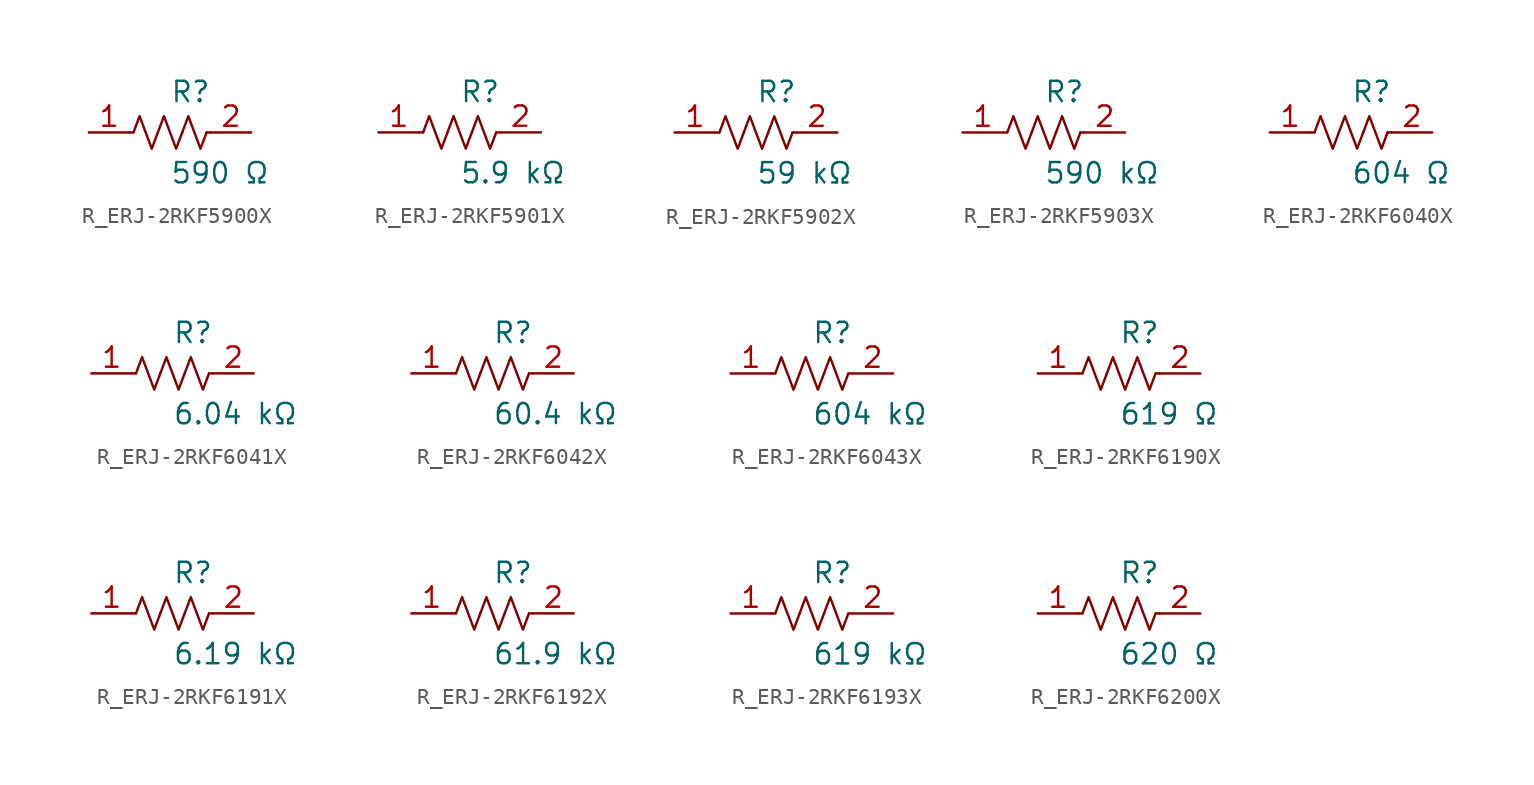
<source format=kicad_sym>
(kicad_symbol_lib
  (version 20231120)
  (generator kicad_symbol_editor)
  (generator_version 8.0)
  (symbol "R_ERJ-2RKF5900X"
    (pin_names
      (offset 0.254))
    (property "Reference" "R"
      (at 0 2.54 0)
      (effects (font (size 1.27 1.27)) (justify left)))
    (property "Value" "590 Ω"
      (at 0 -2.54 0)
      (effects (font (size 1.27 1.27)) (justify left)))
    (symbol "R_ERJ-2RKF5900X_0_1"
      (polyline (pts (xy 2.286 0) (xy 2.54 0)) (stroke (width 0) (type default)) (fill (type none)))
      (polyline (pts (xy -2.286 0) (xy -2.54 0)) (stroke (width 0) (type default)) (fill (type none)))
      (polyline (pts (xy 0.762 0) (xy 1.143 1.016) (xy 1.524 0) (xy 1.905 -1.016) (xy 2.286 0)) (stroke (width 0) (type default)) (fill (type none)))
      (polyline (pts (xy -0.762 0) (xy -0.381 1.016) (xy 0 0) (xy 0.381 -1.016) (xy 0.762 0)) (stroke (width 0) (type default)) (fill (type none)))
      (polyline (pts (xy -2.286 0) (xy -1.905 1.016) (xy -1.524 0) (xy -1.143 -1.016) (xy -0.762 0)) (stroke (width 0) (type default)) (fill (type none))))
    (pin passive line
      (at -5.08 0 0)
      (length 2.54)
      (name "" (effects (font (size 1.27 1.27))))
      (number "1" (effects (font (size 1.27 1.27)))))
    (pin passive line
      (at 5.08 0 180)
      (length 2.54)
      (name "" (effects (font (size 1.27 1.27))))
      (number "2" (effects (font (size 1.27 1.27))))))
  (symbol "R_ERJ-2RKF5901X"
    (pin_names
      (offset 0.254))
    (property "Reference" "R"
      (at 0 2.54 0)
      (effects (font (size 1.27 1.27)) (justify left)))
    (property "Value" "5.9 kΩ"
      (at 0 -2.54 0)
      (effects (font (size 1.27 1.27)) (justify left)))
    (symbol "R_ERJ-2RKF5901X_0_1"
      (polyline (pts (xy 2.286 0) (xy 2.54 0)) (stroke (width 0) (type default)) (fill (type none)))
      (polyline (pts (xy -2.286 0) (xy -2.54 0)) (stroke (width 0) (type default)) (fill (type none)))
      (polyline (pts (xy 0.762 0) (xy 1.143 1.016) (xy 1.524 0) (xy 1.905 -1.016) (xy 2.286 0)) (stroke (width 0) (type default)) (fill (type none)))
      (polyline (pts (xy -0.762 0) (xy -0.381 1.016) (xy 0 0) (xy 0.381 -1.016) (xy 0.762 0)) (stroke (width 0) (type default)) (fill (type none)))
      (polyline (pts (xy -2.286 0) (xy -1.905 1.016) (xy -1.524 0) (xy -1.143 -1.016) (xy -0.762 0)) (stroke (width 0) (type default)) (fill (type none))))
    (pin passive line
      (at -5.08 0 0)
      (length 2.54)
      (name "" (effects (font (size 1.27 1.27))))
      (number "1" (effects (font (size 1.27 1.27)))))
    (pin passive line
      (at 5.08 0 180)
      (length 2.54)
      (name "" (effects (font (size 1.27 1.27))))
      (number "2" (effects (font (size 1.27 1.27))))))
  (symbol "R_ERJ-2RKF5902X"
    (pin_names
      (offset 0.254))
    (property "Reference" "R"
      (at 0 2.54 0)
      (effects (font (size 1.27 1.27)) (justify left)))
    (property "Value" "59 kΩ"
      (at 0 -2.54 0)
      (effects (font (size 1.27 1.27)) (justify left)))
    (symbol "R_ERJ-2RKF5902X_0_1"
      (polyline (pts (xy 2.286 0) (xy 2.54 0)) (stroke (width 0) (type default)) (fill (type none)))
      (polyline (pts (xy -2.286 0) (xy -2.54 0)) (stroke (width 0) (type default)) (fill (type none)))
      (polyline (pts (xy 0.762 0) (xy 1.143 1.016) (xy 1.524 0) (xy 1.905 -1.016) (xy 2.286 0)) (stroke (width 0) (type default)) (fill (type none)))
      (polyline (pts (xy -0.762 0) (xy -0.381 1.016) (xy 0 0) (xy 0.381 -1.016) (xy 0.762 0)) (stroke (width 0) (type default)) (fill (type none)))
      (polyline (pts (xy -2.286 0) (xy -1.905 1.016) (xy -1.524 0) (xy -1.143 -1.016) (xy -0.762 0)) (stroke (width 0) (type default)) (fill (type none))))
    (pin passive line
      (at -5.08 0 0)
      (length 2.54)
      (name "" (effects (font (size 1.27 1.27))))
      (number "1" (effects (font (size 1.27 1.27)))))
    (pin passive line
      (at 5.08 0 180)
      (length 2.54)
      (name "" (effects (font (size 1.27 1.27))))
      (number "2" (effects (font (size 1.27 1.27))))))
  (symbol "R_ERJ-2RKF5903X"
    (pin_names
      (offset 0.254))
    (property "Reference" "R"
      (at 0 2.54 0)
      (effects (font (size 1.27 1.27)) (justify left)))
    (property "Value" "590 kΩ"
      (at 0 -2.54 0)
      (effects (font (size 1.27 1.27)) (justify left)))
    (symbol "R_ERJ-2RKF5903X_0_1"
      (polyline (pts (xy 2.286 0) (xy 2.54 0)) (stroke (width 0) (type default)) (fill (type none)))
      (polyline (pts (xy -2.286 0) (xy -2.54 0)) (stroke (width 0) (type default)) (fill (type none)))
      (polyline (pts (xy 0.762 0) (xy 1.143 1.016) (xy 1.524 0) (xy 1.905 -1.016) (xy 2.286 0)) (stroke (width 0) (type default)) (fill (type none)))
      (polyline (pts (xy -0.762 0) (xy -0.381 1.016) (xy 0 0) (xy 0.381 -1.016) (xy 0.762 0)) (stroke (width 0) (type default)) (fill (type none)))
      (polyline (pts (xy -2.286 0) (xy -1.905 1.016) (xy -1.524 0) (xy -1.143 -1.016) (xy -0.762 0)) (stroke (width 0) (type default)) (fill (type none))))
    (pin passive line
      (at -5.08 0 0)
      (length 2.54)
      (name "" (effects (font (size 1.27 1.27))))
      (number "1" (effects (font (size 1.27 1.27)))))
    (pin passive line
      (at 5.08 0 180)
      (length 2.54)
      (name "" (effects (font (size 1.27 1.27))))
      (number "2" (effects (font (size 1.27 1.27))))))
  (symbol "R_ERJ-2RKF6040X"
    (pin_names
      (offset 0.254))
    (property "Reference" "R"
      (at 0 2.54 0)
      (effects (font (size 1.27 1.27)) (justify left)))
    (property "Value" "604 Ω"
      (at 0 -2.54 0)
      (effects (font (size 1.27 1.27)) (justify left)))
    (symbol "R_ERJ-2RKF6040X_0_1"
      (polyline (pts (xy 2.286 0) (xy 2.54 0)) (stroke (width 0) (type default)) (fill (type none)))
      (polyline (pts (xy -2.286 0) (xy -2.54 0)) (stroke (width 0) (type default)) (fill (type none)))
      (polyline (pts (xy 0.762 0) (xy 1.143 1.016) (xy 1.524 0) (xy 1.905 -1.016) (xy 2.286 0)) (stroke (width 0) (type default)) (fill (type none)))
      (polyline (pts (xy -0.762 0) (xy -0.381 1.016) (xy 0 0) (xy 0.381 -1.016) (xy 0.762 0)) (stroke (width 0) (type default)) (fill (type none)))
      (polyline (pts (xy -2.286 0) (xy -1.905 1.016) (xy -1.524 0) (xy -1.143 -1.016) (xy -0.762 0)) (stroke (width 0) (type default)) (fill (type none))))
    (pin passive line
      (at -5.08 0 0)
      (length 2.54)
      (name "" (effects (font (size 1.27 1.27))))
      (number "1" (effects (font (size 1.27 1.27)))))
    (pin passive line
      (at 5.08 0 180)
      (length 2.54)
      (name "" (effects (font (size 1.27 1.27))))
      (number "2" (effects (font (size 1.27 1.27))))))
  (symbol "R_ERJ-2RKF6041X"
    (pin_names
      (offset 0.254))
    (property "Reference" "R"
      (at 0 2.54 0)
      (effects (font (size 1.27 1.27)) (justify left)))
    (property "Value" "6.04 kΩ"
      (at 0 -2.54 0)
      (effects (font (size 1.27 1.27)) (justify left)))
    (symbol "R_ERJ-2RKF6041X_0_1"
      (polyline (pts (xy 2.286 0) (xy 2.54 0)) (stroke (width 0) (type default)) (fill (type none)))
      (polyline (pts (xy -2.286 0) (xy -2.54 0)) (stroke (width 0) (type default)) (fill (type none)))
      (polyline (pts (xy 0.762 0) (xy 1.143 1.016) (xy 1.524 0) (xy 1.905 -1.016) (xy 2.286 0)) (stroke (width 0) (type default)) (fill (type none)))
      (polyline (pts (xy -0.762 0) (xy -0.381 1.016) (xy 0 0) (xy 0.381 -1.016) (xy 0.762 0)) (stroke (width 0) (type default)) (fill (type none)))
      (polyline (pts (xy -2.286 0) (xy -1.905 1.016) (xy -1.524 0) (xy -1.143 -1.016) (xy -0.762 0)) (stroke (width 0) (type default)) (fill (type none))))
    (pin passive line
      (at -5.08 0 0)
      (length 2.54)
      (name "" (effects (font (size 1.27 1.27))))
      (number "1" (effects (font (size 1.27 1.27)))))
    (pin passive line
      (at 5.08 0 180)
      (length 2.54)
      (name "" (effects (font (size 1.27 1.27))))
      (number "2" (effects (font (size 1.27 1.27))))))
  (symbol "R_ERJ-2RKF6042X"
    (pin_names
      (offset 0.254))
    (property "Reference" "R"
      (at 0 2.54 0)
      (effects (font (size 1.27 1.27)) (justify left)))
    (property "Value" "60.4 kΩ"
      (at 0 -2.54 0)
      (effects (font (size 1.27 1.27)) (justify left)))
    (symbol "R_ERJ-2RKF6042X_0_1"
      (polyline (pts (xy 2.286 0) (xy 2.54 0)) (stroke (width 0) (type default)) (fill (type none)))
      (polyline (pts (xy -2.286 0) (xy -2.54 0)) (stroke (width 0) (type default)) (fill (type none)))
      (polyline (pts (xy 0.762 0) (xy 1.143 1.016) (xy 1.524 0) (xy 1.905 -1.016) (xy 2.286 0)) (stroke (width 0) (type default)) (fill (type none)))
      (polyline (pts (xy -0.762 0) (xy -0.381 1.016) (xy 0 0) (xy 0.381 -1.016) (xy 0.762 0)) (stroke (width 0) (type default)) (fill (type none)))
      (polyline (pts (xy -2.286 0) (xy -1.905 1.016) (xy -1.524 0) (xy -1.143 -1.016) (xy -0.762 0)) (stroke (width 0) (type default)) (fill (type none))))
    (pin passive line
      (at -5.08 0 0)
      (length 2.54)
      (name "" (effects (font (size 1.27 1.27))))
      (number "1" (effects (font (size 1.27 1.27)))))
    (pin passive line
      (at 5.08 0 180)
      (length 2.54)
      (name "" (effects (font (size 1.27 1.27))))
      (number "2" (effects (font (size 1.27 1.27))))))
  (symbol "R_ERJ-2RKF6043X"
    (pin_names
      (offset 0.254))
    (property "Reference" "R"
      (at 0 2.54 0)
      (effects (font (size 1.27 1.27)) (justify left)))
    (property "Value" "604 kΩ"
      (at 0 -2.54 0)
      (effects (font (size 1.27 1.27)) (justify left)))
    (symbol "R_ERJ-2RKF6043X_0_1"
      (polyline (pts (xy 2.286 0) (xy 2.54 0)) (stroke (width 0) (type default)) (fill (type none)))
      (polyline (pts (xy -2.286 0) (xy -2.54 0)) (stroke (width 0) (type default)) (fill (type none)))
      (polyline (pts (xy 0.762 0) (xy 1.143 1.016) (xy 1.524 0) (xy 1.905 -1.016) (xy 2.286 0)) (stroke (width 0) (type default)) (fill (type none)))
      (polyline (pts (xy -0.762 0) (xy -0.381 1.016) (xy 0 0) (xy 0.381 -1.016) (xy 0.762 0)) (stroke (width 0) (type default)) (fill (type none)))
      (polyline (pts (xy -2.286 0) (xy -1.905 1.016) (xy -1.524 0) (xy -1.143 -1.016) (xy -0.762 0)) (stroke (width 0) (type default)) (fill (type none))))
    (pin passive line
      (at -5.08 0 0)
      (length 2.54)
      (name "" (effects (font (size 1.27 1.27))))
      (number "1" (effects (font (size 1.27 1.27)))))
    (pin passive line
      (at 5.08 0 180)
      (length 2.54)
      (name "" (effects (font (size 1.27 1.27))))
      (number "2" (effects (font (size 1.27 1.27))))))
  (symbol "R_ERJ-2RKF6190X"
    (pin_names
      (offset 0.254))
    (property "Reference" "R"
      (at 0 2.54 0)
      (effects (font (size 1.27 1.27)) (justify left)))
    (property "Value" "619 Ω"
      (at 0 -2.54 0)
      (effects (font (size 1.27 1.27)) (justify left)))
    (symbol "R_ERJ-2RKF6190X_0_1"
      (polyline (pts (xy 2.286 0) (xy 2.54 0)) (stroke (width 0) (type default)) (fill (type none)))
      (polyline (pts (xy -2.286 0) (xy -2.54 0)) (stroke (width 0) (type default)) (fill (type none)))
      (polyline (pts (xy 0.762 0) (xy 1.143 1.016) (xy 1.524 0) (xy 1.905 -1.016) (xy 2.286 0)) (stroke (width 0) (type default)) (fill (type none)))
      (polyline (pts (xy -0.762 0) (xy -0.381 1.016) (xy 0 0) (xy 0.381 -1.016) (xy 0.762 0)) (stroke (width 0) (type default)) (fill (type none)))
      (polyline (pts (xy -2.286 0) (xy -1.905 1.016) (xy -1.524 0) (xy -1.143 -1.016) (xy -0.762 0)) (stroke (width 0) (type default)) (fill (type none))))
    (pin passive line
      (at -5.08 0 0)
      (length 2.54)
      (name "" (effects (font (size 1.27 1.27))))
      (number "1" (effects (font (size 1.27 1.27)))))
    (pin passive line
      (at 5.08 0 180)
      (length 2.54)
      (name "" (effects (font (size 1.27 1.27))))
      (number "2" (effects (font (size 1.27 1.27))))))
  (symbol "R_ERJ-2RKF6191X"
    (pin_names
      (offset 0.254))
    (property "Reference" "R"
      (at 0 2.54 0)
      (effects (font (size 1.27 1.27)) (justify left)))
    (property "Value" "6.19 kΩ"
      (at 0 -2.54 0)
      (effects (font (size 1.27 1.27)) (justify left)))
    (symbol "R_ERJ-2RKF6191X_0_1"
      (polyline (pts (xy 2.286 0) (xy 2.54 0)) (stroke (width 0) (type default)) (fill (type none)))
      (polyline (pts (xy -2.286 0) (xy -2.54 0)) (stroke (width 0) (type default)) (fill (type none)))
      (polyline (pts (xy 0.762 0) (xy 1.143 1.016) (xy 1.524 0) (xy 1.905 -1.016) (xy 2.286 0)) (stroke (width 0) (type default)) (fill (type none)))
      (polyline (pts (xy -0.762 0) (xy -0.381 1.016) (xy 0 0) (xy 0.381 -1.016) (xy 0.762 0)) (stroke (width 0) (type default)) (fill (type none)))
      (polyline (pts (xy -2.286 0) (xy -1.905 1.016) (xy -1.524 0) (xy -1.143 -1.016) (xy -0.762 0)) (stroke (width 0) (type default)) (fill (type none))))
    (pin passive line
      (at -5.08 0 0)
      (length 2.54)
      (name "" (effects (font (size 1.27 1.27))))
      (number "1" (effects (font (size 1.27 1.27)))))
    (pin passive line
      (at 5.08 0 180)
      (length 2.54)
      (name "" (effects (font (size 1.27 1.27))))
      (number "2" (effects (font (size 1.27 1.27))))))
  (symbol "R_ERJ-2RKF6192X"
    (pin_names
      (offset 0.254))
    (property "Reference" "R"
      (at 0 2.54 0)
      (effects (font (size 1.27 1.27)) (justify left)))
    (property "Value" "61.9 kΩ"
      (at 0 -2.54 0)
      (effects (font (size 1.27 1.27)) (justify left)))
    (symbol "R_ERJ-2RKF6192X_0_1"
      (polyline (pts (xy 2.286 0) (xy 2.54 0)) (stroke (width 0) (type default)) (fill (type none)))
      (polyline (pts (xy -2.286 0) (xy -2.54 0)) (stroke (width 0) (type default)) (fill (type none)))
      (polyline (pts (xy 0.762 0) (xy 1.143 1.016) (xy 1.524 0) (xy 1.905 -1.016) (xy 2.286 0)) (stroke (width 0) (type default)) (fill (type none)))
      (polyline (pts (xy -0.762 0) (xy -0.381 1.016) (xy 0 0) (xy 0.381 -1.016) (xy 0.762 0)) (stroke (width 0) (type default)) (fill (type none)))
      (polyline (pts (xy -2.286 0) (xy -1.905 1.016) (xy -1.524 0) (xy -1.143 -1.016) (xy -0.762 0)) (stroke (width 0) (type default)) (fill (type none))))
    (pin passive line
      (at -5.08 0 0)
      (length 2.54)
      (name "" (effects (font (size 1.27 1.27))))
      (number "1" (effects (font (size 1.27 1.27)))))
    (pin passive line
      (at 5.08 0 180)
      (length 2.54)
      (name "" (effects (font (size 1.27 1.27))))
      (number "2" (effects (font (size 1.27 1.27))))))
  (symbol "R_ERJ-2RKF6193X"
    (pin_names
      (offset 0.254))
    (property "Reference" "R"
      (at 0 2.54 0)
      (effects (font (size 1.27 1.27)) (justify left)))
    (property "Value" "619 kΩ"
      (at 0 -2.54 0)
      (effects (font (size 1.27 1.27)) (justify left)))
    (symbol "R_ERJ-2RKF6193X_0_1"
      (polyline (pts (xy 2.286 0) (xy 2.54 0)) (stroke (width 0) (type default)) (fill (type none)))
      (polyline (pts (xy -2.286 0) (xy -2.54 0)) (stroke (width 0) (type default)) (fill (type none)))
      (polyline (pts (xy 0.762 0) (xy 1.143 1.016) (xy 1.524 0) (xy 1.905 -1.016) (xy 2.286 0)) (stroke (width 0) (type default)) (fill (type none)))
      (polyline (pts (xy -0.762 0) (xy -0.381 1.016) (xy 0 0) (xy 0.381 -1.016) (xy 0.762 0)) (stroke (width 0) (type default)) (fill (type none)))
      (polyline (pts (xy -2.286 0) (xy -1.905 1.016) (xy -1.524 0) (xy -1.143 -1.016) (xy -0.762 0)) (stroke (width 0) (type default)) (fill (type none))))
    (pin passive line
      (at -5.08 0 0)
      (length 2.54)
      (name "" (effects (font (size 1.27 1.27))))
      (number "1" (effects (font (size 1.27 1.27)))))
    (pin passive line
      (at 5.08 0 180)
      (length 2.54)
      (name "" (effects (font (size 1.27 1.27))))
      (number "2" (effects (font (size 1.27 1.27))))))
  (symbol "R_ERJ-2RKF6200X"
    (pin_names
      (offset 0.254))
    (property "Reference" "R"
      (at 0 2.54 0)
      (effects (font (size 1.27 1.27)) (justify left)))
    (property "Value" "620 Ω"
      (at 0 -2.54 0)
      (effects (font (size 1.27 1.27)) (justify left)))
    (symbol "R_ERJ-2RKF6200X_0_1"
      (polyline (pts (xy 2.286 0) (xy 2.54 0)) (stroke (width 0) (type default)) (fill (type none)))
      (polyline (pts (xy -2.286 0) (xy -2.54 0)) (stroke (width 0) (type default)) (fill (type none)))
      (polyline (pts (xy 0.762 0) (xy 1.143 1.016) (xy 1.524 0) (xy 1.905 -1.016) (xy 2.286 0)) (stroke (width 0) (type default)) (fill (type none)))
      (polyline (pts (xy -0.762 0) (xy -0.381 1.016) (xy 0 0) (xy 0.381 -1.016) (xy 0.762 0)) (stroke (width 0) (type default)) (fill (type none)))
      (polyline (pts (xy -2.286 0) (xy -1.905 1.016) (xy -1.524 0) (xy -1.143 -1.016) (xy -0.762 0)) (stroke (width 0) (type default)) (fill (type none))))
    (pin passive line
      (at -5.08 0 0)
      (length 2.54)
      (name "" (effects (font (size 1.27 1.27))))
      (number "1" (effects (font (size 1.27 1.27)))))
    (pin passive line
      (at 5.08 0 180)
      (length 2.54)
      (name "" (effects (font (size 1.27 1.27))))
      (number "2" (effects (font (size 1.27 1.27)))))))
</source>
